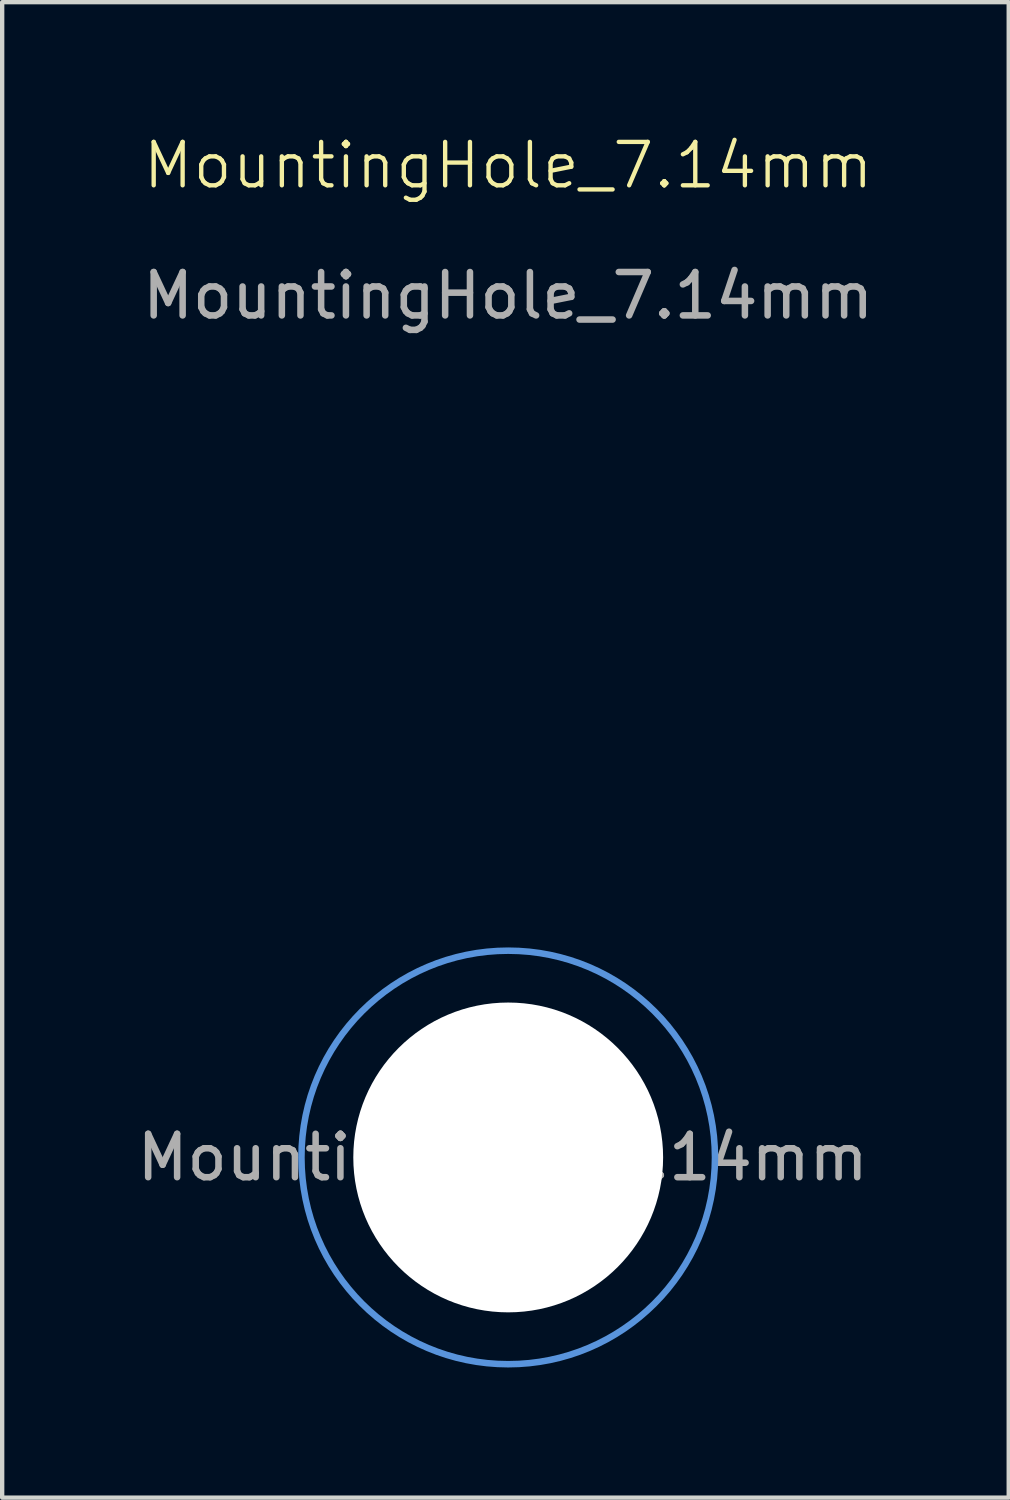
<source format=kicad_pcb>
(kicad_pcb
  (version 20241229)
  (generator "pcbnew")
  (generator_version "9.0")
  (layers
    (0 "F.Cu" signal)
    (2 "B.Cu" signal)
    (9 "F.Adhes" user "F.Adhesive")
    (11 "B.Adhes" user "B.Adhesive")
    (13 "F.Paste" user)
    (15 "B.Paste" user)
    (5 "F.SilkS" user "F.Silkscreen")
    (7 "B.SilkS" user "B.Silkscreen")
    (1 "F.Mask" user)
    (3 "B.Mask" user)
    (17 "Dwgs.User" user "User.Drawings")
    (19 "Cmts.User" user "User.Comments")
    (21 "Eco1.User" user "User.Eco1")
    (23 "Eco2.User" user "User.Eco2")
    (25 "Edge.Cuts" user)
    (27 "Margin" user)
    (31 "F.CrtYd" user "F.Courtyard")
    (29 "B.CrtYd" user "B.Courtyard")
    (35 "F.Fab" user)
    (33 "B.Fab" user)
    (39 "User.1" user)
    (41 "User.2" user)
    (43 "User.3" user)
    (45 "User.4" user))
  (footprint "MountingHole_7.14mm"
    (layer "F.Cu")
    (at 8.657 23.613)
    (property "Reference" "MountingHole_7.14mm" (at 0 -22.852 0) (unlocked yes) (layer "F.SilkS") (effects (font (size 1 1) (thickness 0.1))))
    (attr through_hole)
    (fp_circle (center 0 0) (end 4.763 0) (stroke (width 0.15) (type solid)) (fill no) (layer "Cmts.User"))
    (fp_circle (center 0 0) (end 4.763 0) (stroke (width 0.05) (type solid)) (fill no) (layer "F.CrtYd"))
    (fp_text user "${REFERENCE}" (at -0.127 0 0) (layer "F.Fab") (effects (font (size 1 1) (thickness 0.15))))
    (fp_text user "${REFERENCE}" (at 0 -19.852 0) (unlocked yes) (layer "F.Fab") (effects (font (size 1 1) (thickness 0.15))))
    (pad "" np_thru_hole circle (at 0 0) (size 7.137 7.137) (drill 7.137) (layers "*.Cu" "*.Mask")))
  (gr_rect
    (start -3 -3)
    (end 20.187 31.45)
    (stroke (width 0.1) (type default))
    (fill no)
    (layer "Edge.Cuts")))
</source>
